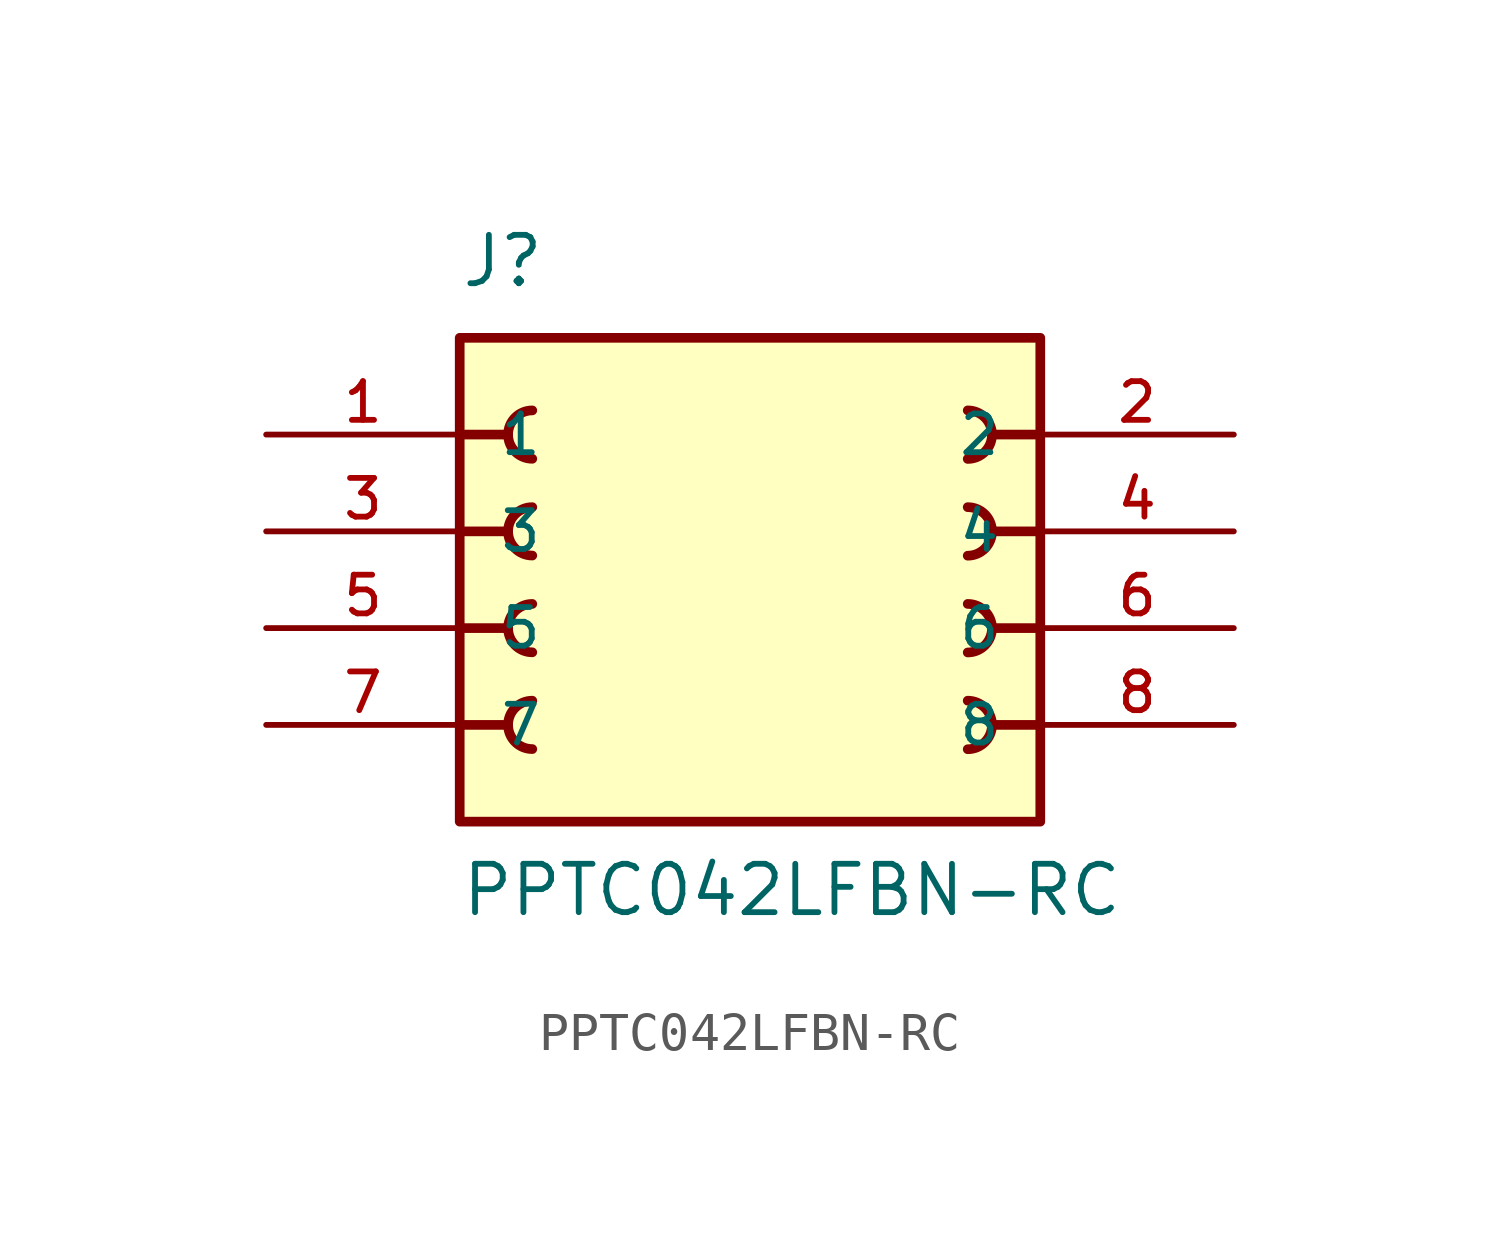
<source format=kicad_sym>
(kicad_symbol_lib
  (version 20211014)
  (generator kicad_symbol_editor)
  (symbol "PPTC042LFBN-RC"
    (pin_names
      (offset 1.016))
    (property "Reference" "J"
      (at -7.62 8.89 0)
      (effects (font (size 1.27 1.27)) (justify bottom left)))
    (property "Value" "PPTC042LFBN-RC"
      (at -7.62 -7.62 0)
      (effects (font (size 1.27 1.27)) (justify bottom left)))
    (symbol "PPTC042LFBN-RC_0_0"
      (polyline (pts (xy 7.62 5.08) (xy 6.35 5.08)) (stroke (width 0.254)))
      (arc (start 5.715 4.445) (mid 6.35 5.08) (end 5.715 5.715) (stroke (width 0.254) (type default) (color 0 0 0 0)) (fill (type none)))
      (polyline (pts (xy 7.62 2.54) (xy 6.35 2.54)) (stroke (width 0.254)))
      (arc (start 5.715 1.905) (mid 6.35 2.54) (end 5.715 3.175) (stroke (width 0.254) (type default) (color 0 0 0 0)) (fill (type none)))
      (polyline (pts (xy 7.62 0.0) (xy 6.35 0.0)) (stroke (width 0.254)))
      (arc (start 5.715 -0.635) (mid 6.35 0.0) (end 5.715 0.635) (stroke (width 0.254) (type default) (color 0 0 0 0)) (fill (type none)))
      (polyline (pts (xy 7.62 -2.54) (xy 6.35 -2.54)) (stroke (width 0.254)))
      (arc (start 5.715 -3.175) (mid 6.35 -2.54) (end 5.715 -1.905) (stroke (width 0.254) (type default) (color 0 0 0 0)) (fill (type none)))
      (polyline (pts (xy -7.62 -2.54) (xy -6.35 -2.54)) (stroke (width 0.254)))
      (arc (start -5.715 -1.905) (mid -6.35 -2.54) (end -5.715 -3.175) (stroke (width 0.254) (type default) (color 0 0 0 0)) (fill (type none)))
      (polyline (pts (xy -7.62 0.0) (xy -6.35 0.0)) (stroke (width 0.254)))
      (arc (start -5.715 0.635) (mid -6.35 -0.0) (end -5.715 -0.635) (stroke (width 0.254) (type default) (color 0 0 0 0)) (fill (type none)))
      (polyline (pts (xy -7.62 2.54) (xy -6.35 2.54)) (stroke (width 0.254)))
      (arc (start -5.715 3.175) (mid -6.35 2.54) (end -5.715 1.905) (stroke (width 0.254) (type default) (color 0 0 0 0)) (fill (type none)))
      (polyline (pts (xy -7.62 5.08) (xy -6.35 5.08)) (stroke (width 0.254)))
      (arc (start -5.715 5.715) (mid -6.35 5.08) (end -5.715 4.445) (stroke (width 0.254) (type default) (color 0 0 0 0)) (fill (type none)))
      (rectangle (start -7.62 -5.08) (end 7.62 7.62) (stroke (width 0.254)) (fill (type background)))
      (pin passive line (at -12.7 5.08 0) (length 5.08) (name "1" (effects (font (size 1.016 1.016)))) (number "1" (effects (font (size 1.016 1.016)))))
      (pin passive line (at 12.7 5.08 180.0) (length 5.08) (name "2" (effects (font (size 1.016 1.016)))) (number "2" (effects (font (size 1.016 1.016)))))
      (pin passive line (at -12.7 2.54 0) (length 5.08) (name "3" (effects (font (size 1.016 1.016)))) (number "3" (effects (font (size 1.016 1.016)))))
      (pin passive line (at 12.7 2.54 180.0) (length 5.08) (name "4" (effects (font (size 1.016 1.016)))) (number "4" (effects (font (size 1.016 1.016)))))
      (pin passive line (at -12.7 0.0 0) (length 5.08) (name "5" (effects (font (size 1.016 1.016)))) (number "5" (effects (font (size 1.016 1.016)))))
      (pin passive line (at 12.7 0.0 180.0) (length 5.08) (name "6" (effects (font (size 1.016 1.016)))) (number "6" (effects (font (size 1.016 1.016)))))
      (pin passive line (at -12.7 -2.54 0) (length 5.08) (name "7" (effects (font (size 1.016 1.016)))) (number "7" (effects (font (size 1.016 1.016)))))
      (pin passive line (at 12.7 -2.54 180.0) (length 5.08) (name "8" (effects (font (size 1.016 1.016)))) (number "8" (effects (font (size 1.016 1.016))))))))
</source>
